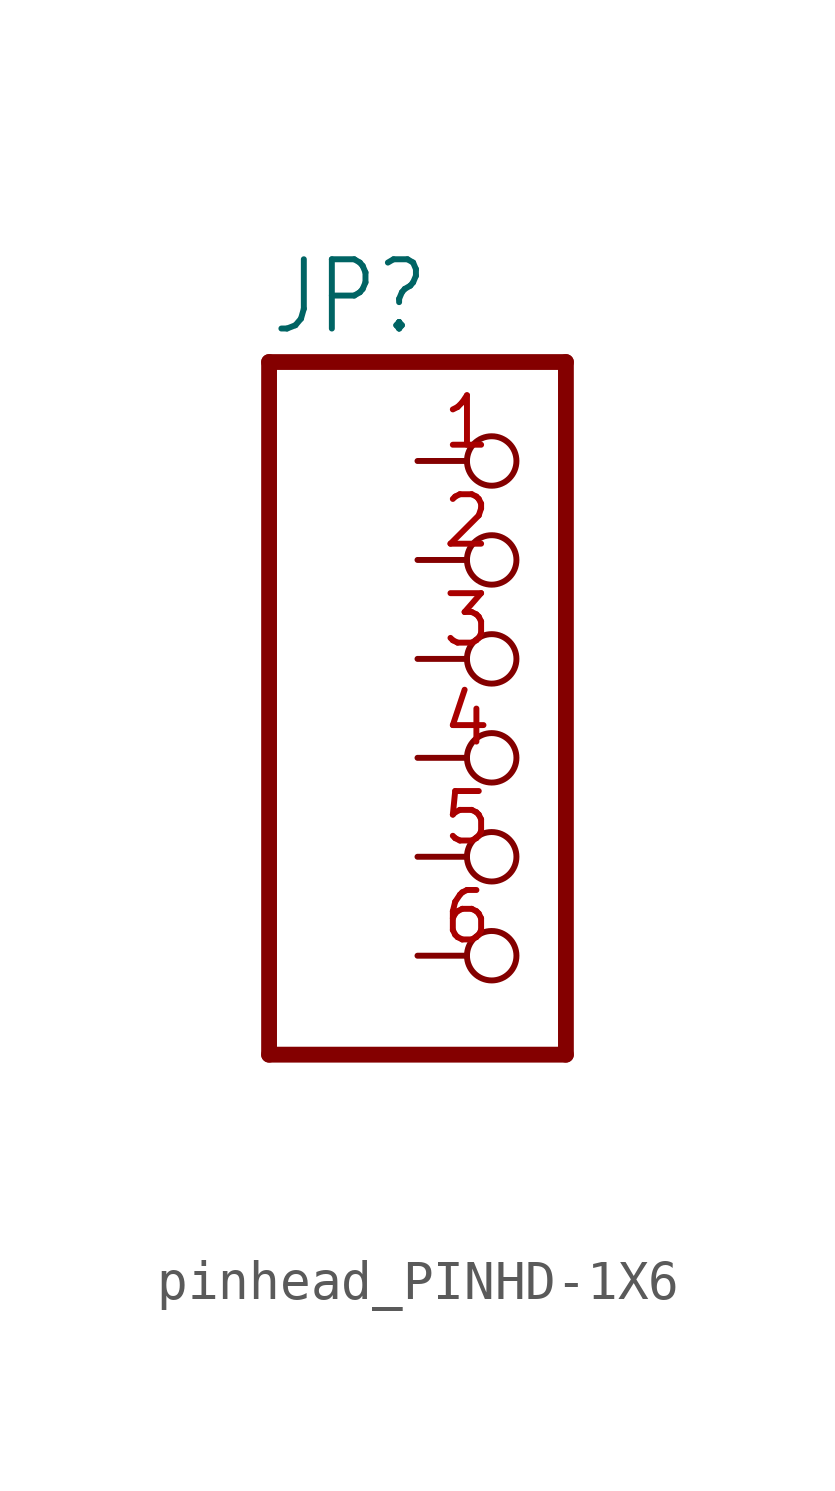
<source format=kicad_sym>
(kicad_symbol_lib
  (version 20231120)
  (generator "kicad_symbol_editor")
  (generator_version "8.0")
  (symbol "pinhead_PINHD-1X6"
    (property "Reference" "JP"
      (at -6.35 10.795 0)
      (effects (font (size 1.778 1.511)) (justify left bottom)))
    (property "Value" ""
      (at -6.35 -10.16 0)
      (effects (font (size 1.778 1.511)) (justify left bottom)))
    (property "ki_locked" ""
      (at 0 0 0)
      (effects (font (size 1.27 1.27))))
    (symbol "pinhead_PINHD-1X6_1_0"
      (polyline (pts (xy -6.35 -7.62) (xy 1.27 -7.62)) (stroke (width 0.406) (type solid)) (fill (type none)))
      (polyline (pts (xy -6.35 10.16) (xy -6.35 -7.62)) (stroke (width 0.406) (type solid)) (fill (type none)))
      (polyline (pts (xy 1.27 -7.62) (xy 1.27 10.16)) (stroke (width 0.406) (type solid)) (fill (type none)))
      (polyline (pts (xy 1.27 10.16) (xy -6.35 10.16)) (stroke (width 0.406) (type solid)) (fill (type none)))
      (pin passive inverted (at -2.54 7.62 0) (length 2.54) (name "1" (effects (font (size 0 0)))) (number "1" (effects (font (size 1.27 1.27)))))
      (pin passive inverted (at -2.54 5.08 0) (length 2.54) (name "2" (effects (font (size 0 0)))) (number "2" (effects (font (size 1.27 1.27)))))
      (pin passive inverted (at -2.54 2.54 0) (length 2.54) (name "3" (effects (font (size 0 0)))) (number "3" (effects (font (size 1.27 1.27)))))
      (pin passive inverted (at -2.54 0 0) (length 2.54) (name "4" (effects (font (size 0 0)))) (number "4" (effects (font (size 1.27 1.27)))))
      (pin passive inverted (at -2.54 -2.54 0) (length 2.54) (name "5" (effects (font (size 0 0)))) (number "5" (effects (font (size 1.27 1.27)))))
      (pin passive inverted (at -2.54 -5.08 0) (length 2.54) (name "6" (effects (font (size 0 0)))) (number "6" (effects (font (size 1.27 1.27))))))))
</source>
